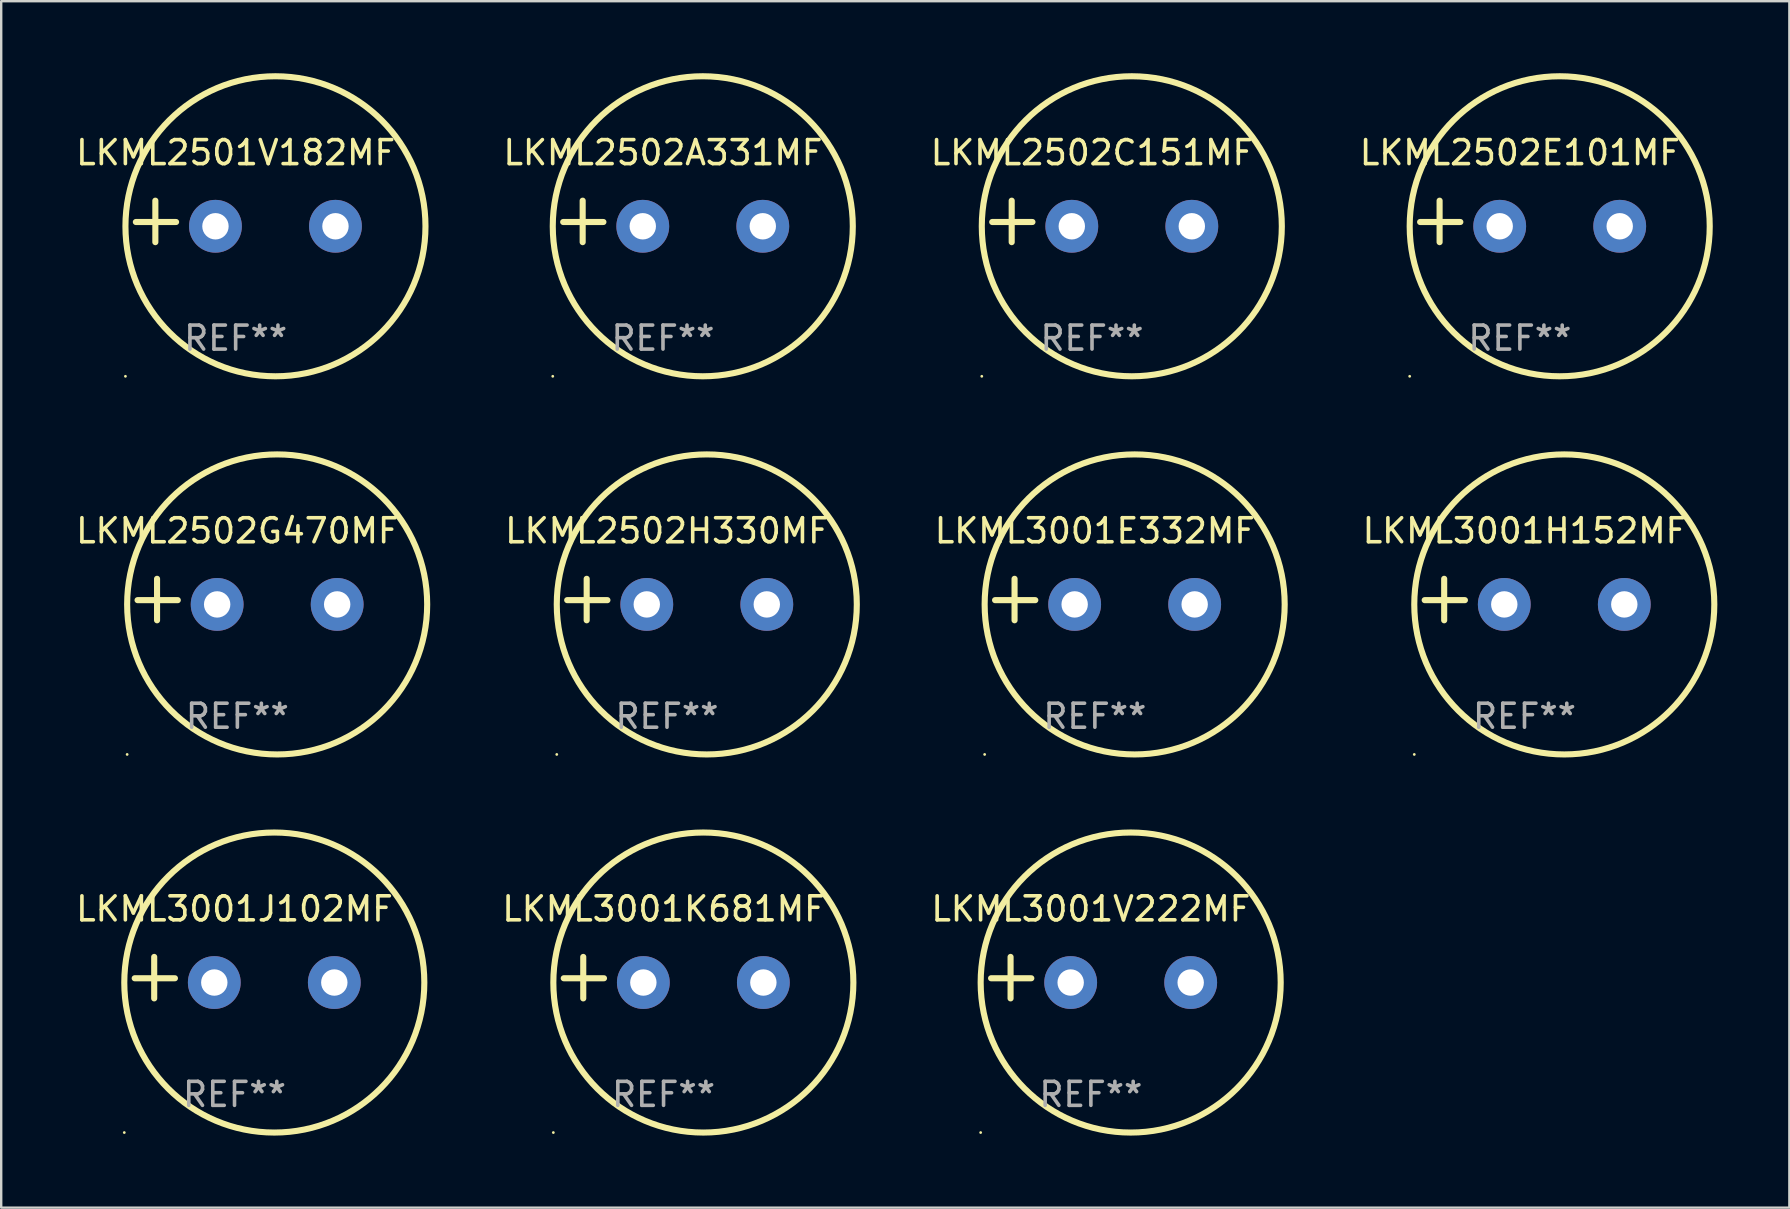
<source format=kicad_pcb>
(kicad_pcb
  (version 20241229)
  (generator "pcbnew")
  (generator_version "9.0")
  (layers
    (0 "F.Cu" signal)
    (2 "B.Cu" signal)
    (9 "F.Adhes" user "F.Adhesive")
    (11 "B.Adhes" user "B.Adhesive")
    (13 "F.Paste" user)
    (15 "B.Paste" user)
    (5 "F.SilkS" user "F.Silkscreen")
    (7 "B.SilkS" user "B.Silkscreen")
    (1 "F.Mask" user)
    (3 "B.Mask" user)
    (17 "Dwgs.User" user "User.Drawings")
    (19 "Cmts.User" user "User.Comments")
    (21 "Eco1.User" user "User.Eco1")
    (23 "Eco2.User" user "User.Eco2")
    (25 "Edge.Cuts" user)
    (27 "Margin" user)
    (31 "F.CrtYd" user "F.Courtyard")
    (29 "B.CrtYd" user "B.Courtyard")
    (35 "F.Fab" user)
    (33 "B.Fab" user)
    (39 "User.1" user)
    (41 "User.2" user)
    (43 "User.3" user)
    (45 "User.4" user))
  (footprint "LKML2502A331MF"
    (layer "F.Cu")
    (at 24.571 6.174)
    (property "Reference" "LKML2502A331MF" (at 0 -2.864 0) (layer "F.SilkS") (effects (font (size 1 1) (thickness 0.15))))
    (attr through_hole)
    (fp_line (start -3.346 0.864) (end -3.346 -0.864) (stroke (width 0.254) (type solid)) (layer "F.SilkS"))
    (fp_line (start -2.482 0.025) (end -4.158 0.025) (stroke (width 0.254) (type solid)) (layer "F.SilkS"))
    (fp_circle (center -4.592 6.453) (end -4.562 6.453) (stroke (width 0.06) (type solid)) (fill no) (layer "F.SilkS"))
    (fp_circle (center 1.658 0.203) (end 7.908 0.203) (stroke (width 0.254) (type solid)) (fill no) (layer "F.SilkS"))
    (fp_text user "REF**" (at 0 4.864 0) (layer "F.Fab") (effects (font (size 1 1) (thickness 0.15))))
    (pad "1" thru_hole circle (at -0.842 0.203) (size 2.2 2.2) (drill 1.1) (layers "*.Cu" "*.Mask"))
    (pad "2" thru_hole circle (at 4.158 0.203) (size 2.2 2.2) (drill 1.1) (layers "*.Cu" "*.Mask")))
  (footprint "LKML2502C151MF"
    (layer "F.Cu")
    (at 42.445 6.174)
    (property "Reference" "LKML2502C151MF" (at 0 -2.864 0) (layer "F.SilkS") (effects (font (size 1 1) (thickness 0.15))))
    (attr through_hole)
    (fp_line (start -3.346 0.864) (end -3.346 -0.864) (stroke (width 0.254) (type solid)) (layer "F.SilkS"))
    (fp_line (start -2.482 0.025) (end -4.158 0.025) (stroke (width 0.254) (type solid)) (layer "F.SilkS"))
    (fp_circle (center -4.592 6.453) (end -4.562 6.453) (stroke (width 0.06) (type solid)) (fill no) (layer "F.SilkS"))
    (fp_circle (center 1.658 0.203) (end 7.908 0.203) (stroke (width 0.254) (type solid)) (fill no) (layer "F.SilkS"))
    (fp_text user "REF**" (at 0 4.864 0) (layer "F.Fab") (effects (font (size 1 1) (thickness 0.15))))
    (pad "1" thru_hole circle (at -0.842 0.203) (size 2.2 2.2) (drill 1.1) (layers "*.Cu" "*.Mask"))
    (pad "2" thru_hole circle (at 4.158 0.203) (size 2.2 2.2) (drill 1.1) (layers "*.Cu" "*.Mask")))
  (footprint "LKML2501V182MF"
    (layer "F.Cu")
    (at 6.768 6.174)
    (property "Reference" "LKML2501V182MF" (at 0 -2.864 0) (layer "F.SilkS") (effects (font (size 1 1) (thickness 0.15))))
    (attr through_hole)
    (fp_line (start -3.346 0.864) (end -3.346 -0.864) (stroke (width 0.254) (type solid)) (layer "F.SilkS"))
    (fp_line (start -2.482 0.025) (end -4.158 0.025) (stroke (width 0.254) (type solid)) (layer "F.SilkS"))
    (fp_circle (center -4.592 6.453) (end -4.562 6.453) (stroke (width 0.06) (type solid)) (fill no) (layer "F.SilkS"))
    (fp_circle (center 1.658 0.203) (end 7.908 0.203) (stroke (width 0.254) (type solid)) (fill no) (layer "F.SilkS"))
    (fp_text user "REF**" (at 0 4.864 0) (layer "F.Fab") (effects (font (size 1 1) (thickness 0.15))))
    (pad "1" thru_hole circle (at -0.842 0.203) (size 2.2 2.2) (drill 1.1) (layers "*.Cu" "*.Mask"))
    (pad "2" thru_hole circle (at 4.158 0.203) (size 2.2 2.2) (drill 1.1) (layers "*.Cu" "*.Mask")))
  (footprint "LKML3001V222MF"
    (layer "F.Cu")
    (at 42.398 37.681)
    (property "Reference" "LKML3001V222MF" (at 0 -2.864 0) (layer "F.SilkS") (effects (font (size 1 1) (thickness 0.15))))
    (attr through_hole)
    (fp_line (start -3.346 0.864) (end -3.346 -0.864) (stroke (width 0.254) (type solid)) (layer "F.SilkS"))
    (fp_line (start -2.482 0.025) (end -4.158 0.025) (stroke (width 0.254) (type solid)) (layer "F.SilkS"))
    (fp_circle (center -4.592 6.453) (end -4.562 6.453) (stroke (width 0.06) (type solid)) (fill no) (layer "F.SilkS"))
    (fp_circle (center 1.658 0.203) (end 7.908 0.203) (stroke (width 0.254) (type solid)) (fill no) (layer "F.SilkS"))
    (fp_text user "REF**" (at 0 4.864 0) (layer "F.Fab") (effects (font (size 1 1) (thickness 0.15))))
    (pad "1" thru_hole circle (at -0.842 0.203) (size 2.2 2.2) (drill 1.1) (layers "*.Cu" "*.Mask"))
    (pad "2" thru_hole circle (at 4.158 0.203) (size 2.2 2.2) (drill 1.1) (layers "*.Cu" "*.Mask")))
  (footprint "LKML3001J102MF"
    (layer "F.Cu")
    (at 6.72 37.681)
    (property "Reference" "LKML3001J102MF" (at 0 -2.864 0) (layer "F.SilkS") (effects (font (size 1 1) (thickness 0.15))))
    (attr through_hole)
    (fp_line (start -3.346 0.864) (end -3.346 -0.864) (stroke (width 0.254) (type solid)) (layer "F.SilkS"))
    (fp_line (start -2.482 0.025) (end -4.158 0.025) (stroke (width 0.254) (type solid)) (layer "F.SilkS"))
    (fp_circle (center -4.592 6.453) (end -4.562 6.453) (stroke (width 0.06) (type solid)) (fill no) (layer "F.SilkS"))
    (fp_circle (center 1.658 0.203) (end 7.908 0.203) (stroke (width 0.254) (type solid)) (fill no) (layer "F.SilkS"))
    (fp_text user "REF**" (at 0 4.864 0) (layer "F.Fab") (effects (font (size 1 1) (thickness 0.15))))
    (pad "1" thru_hole circle (at -0.842 0.203) (size 2.2 2.2) (drill 1.1) (layers "*.Cu" "*.Mask"))
    (pad "2" thru_hole circle (at 4.158 0.203) (size 2.2 2.2) (drill 1.1) (layers "*.Cu" "*.Mask")))
  (footprint "LKML2502H330MF"
    (layer "F.Cu")
    (at 24.738 21.928)
    (property "Reference" "LKML2502H330MF" (at 0 -2.864 0) (layer "F.SilkS") (effects (font (size 1 1) (thickness 0.15))))
    (attr through_hole)
    (fp_line (start -3.346 0.864) (end -3.346 -0.864) (stroke (width 0.254) (type solid)) (layer "F.SilkS"))
    (fp_line (start -2.482 0.025) (end -4.158 0.025) (stroke (width 0.254) (type solid)) (layer "F.SilkS"))
    (fp_circle (center -4.592 6.453) (end -4.562 6.453) (stroke (width 0.06) (type solid)) (fill no) (layer "F.SilkS"))
    (fp_circle (center 1.658 0.203) (end 7.908 0.203) (stroke (width 0.254) (type solid)) (fill no) (layer "F.SilkS"))
    (fp_text user "REF**" (at 0 4.864 0) (layer "F.Fab") (effects (font (size 1 1) (thickness 0.15))))
    (pad "1" thru_hole circle (at -0.842 0.203) (size 2.2 2.2) (drill 1.1) (layers "*.Cu" "*.Mask"))
    (pad "2" thru_hole circle (at 4.158 0.203) (size 2.2 2.2) (drill 1.1) (layers "*.Cu" "*.Mask")))
  (footprint "LKML3001H152MF"
    (layer "F.Cu")
    (at 60.463 21.928)
    (property "Reference" "LKML3001H152MF" (at 0 -2.864 0) (layer "F.SilkS") (effects (font (size 1 1) (thickness 0.15))))
    (attr through_hole)
    (fp_line (start -3.346 0.864) (end -3.346 -0.864) (stroke (width 0.254) (type solid)) (layer "F.SilkS"))
    (fp_line (start -2.482 0.025) (end -4.158 0.025) (stroke (width 0.254) (type solid)) (layer "F.SilkS"))
    (fp_circle (center -4.592 6.453) (end -4.562 6.453) (stroke (width 0.06) (type solid)) (fill no) (layer "F.SilkS"))
    (fp_circle (center 1.658 0.203) (end 7.908 0.203) (stroke (width 0.254) (type solid)) (fill no) (layer "F.SilkS"))
    (fp_text user "REF**" (at 0 4.864 0) (layer "F.Fab") (effects (font (size 1 1) (thickness 0.15))))
    (pad "1" thru_hole circle (at -0.842 0.203) (size 2.2 2.2) (drill 1.1) (layers "*.Cu" "*.Mask"))
    (pad "2" thru_hole circle (at 4.158 0.203) (size 2.2 2.2) (drill 1.1) (layers "*.Cu" "*.Mask")))
  (footprint "LKML2502G470MF"
    (layer "F.Cu")
    (at 6.839 21.928)
    (property "Reference" "LKML2502G470MF" (at 0 -2.864 0) (layer "F.SilkS") (effects (font (size 1 1) (thickness 0.15))))
    (attr through_hole)
    (fp_line (start -3.346 0.864) (end -3.346 -0.864) (stroke (width 0.254) (type solid)) (layer "F.SilkS"))
    (fp_line (start -2.482 0.025) (end -4.158 0.025) (stroke (width 0.254) (type solid)) (layer "F.SilkS"))
    (fp_circle (center -4.592 6.453) (end -4.562 6.453) (stroke (width 0.06) (type solid)) (fill no) (layer "F.SilkS"))
    (fp_circle (center 1.658 0.203) (end 7.908 0.203) (stroke (width 0.254) (type solid)) (fill no) (layer "F.SilkS"))
    (fp_text user "REF**" (at 0 4.864 0) (layer "F.Fab") (effects (font (size 1 1) (thickness 0.15))))
    (pad "1" thru_hole circle (at -0.842 0.203) (size 2.2 2.2) (drill 1.1) (layers "*.Cu" "*.Mask"))
    (pad "2" thru_hole circle (at 4.158 0.203) (size 2.2 2.2) (drill 1.1) (layers "*.Cu" "*.Mask")))
  (footprint "LKML3001K681MF"
    (layer "F.Cu")
    (at 24.595 37.681)
    (property "Reference" "LKML3001K681MF" (at 0 -2.864 0) (layer "F.SilkS") (effects (font (size 1 1) (thickness 0.15))))
    (attr through_hole)
    (fp_line (start -3.346 0.864) (end -3.346 -0.864) (stroke (width 0.254) (type solid)) (layer "F.SilkS"))
    (fp_line (start -2.482 0.025) (end -4.158 0.025) (stroke (width 0.254) (type solid)) (layer "F.SilkS"))
    (fp_circle (center -4.592 6.453) (end -4.562 6.453) (stroke (width 0.06) (type solid)) (fill no) (layer "F.SilkS"))
    (fp_circle (center 1.658 0.203) (end 7.908 0.203) (stroke (width 0.254) (type solid)) (fill no) (layer "F.SilkS"))
    (fp_text user "REF**" (at 0 4.864 0) (layer "F.Fab") (effects (font (size 1 1) (thickness 0.15))))
    (pad "1" thru_hole circle (at -0.842 0.203) (size 2.2 2.2) (drill 1.1) (layers "*.Cu" "*.Mask"))
    (pad "2" thru_hole circle (at 4.158 0.203) (size 2.2 2.2) (drill 1.1) (layers "*.Cu" "*.Mask")))
  (footprint "LKML2502E101MF"
    (layer "F.Cu")
    (at 60.272 6.174)
    (property "Reference" "LKML2502E101MF" (at 0 -2.864 0) (layer "F.SilkS") (effects (font (size 1 1) (thickness 0.15))))
    (attr through_hole)
    (fp_line (start -3.346 0.864) (end -3.346 -0.864) (stroke (width 0.254) (type solid)) (layer "F.SilkS"))
    (fp_line (start -2.482 0.025) (end -4.158 0.025) (stroke (width 0.254) (type solid)) (layer "F.SilkS"))
    (fp_circle (center -4.592 6.453) (end -4.562 6.453) (stroke (width 0.06) (type solid)) (fill no) (layer "F.SilkS"))
    (fp_circle (center 1.658 0.203) (end 7.908 0.203) (stroke (width 0.254) (type solid)) (fill no) (layer "F.SilkS"))
    (fp_text user "REF**" (at 0 4.864 0) (layer "F.Fab") (effects (font (size 1 1) (thickness 0.15))))
    (pad "1" thru_hole circle (at -0.842 0.203) (size 2.2 2.2) (drill 1.1) (layers "*.Cu" "*.Mask"))
    (pad "2" thru_hole circle (at 4.158 0.203) (size 2.2 2.2) (drill 1.1) (layers "*.Cu" "*.Mask")))
  (footprint "LKML3001E332MF"
    (layer "F.Cu")
    (at 42.564 21.928)
    (property "Reference" "LKML3001E332MF" (at 0 -2.864 0) (layer "F.SilkS") (effects (font (size 1 1) (thickness 0.15))))
    (attr through_hole)
    (fp_line (start -3.346 0.864) (end -3.346 -0.864) (stroke (width 0.254) (type solid)) (layer "F.SilkS"))
    (fp_line (start -2.482 0.025) (end -4.158 0.025) (stroke (width 0.254) (type solid)) (layer "F.SilkS"))
    (fp_circle (center -4.592 6.453) (end -4.562 6.453) (stroke (width 0.06) (type solid)) (fill no) (layer "F.SilkS"))
    (fp_circle (center 1.658 0.203) (end 7.908 0.203) (stroke (width 0.254) (type solid)) (fill no) (layer "F.SilkS"))
    (fp_text user "REF**" (at 0 4.864 0) (layer "F.Fab") (effects (font (size 1 1) (thickness 0.15))))
    (pad "1" thru_hole circle (at -0.842 0.203) (size 2.2 2.2) (drill 1.1) (layers "*.Cu" "*.Mask"))
    (pad "2" thru_hole circle (at 4.158 0.203) (size 2.2 2.2) (drill 1.1) (layers "*.Cu" "*.Mask")))
  (gr_rect
    (start -3 -3)
    (end 71.498 47.262)
    (stroke (width 0.1) (type default))
    (fill no)
    (layer "Edge.Cuts")))
</source>
